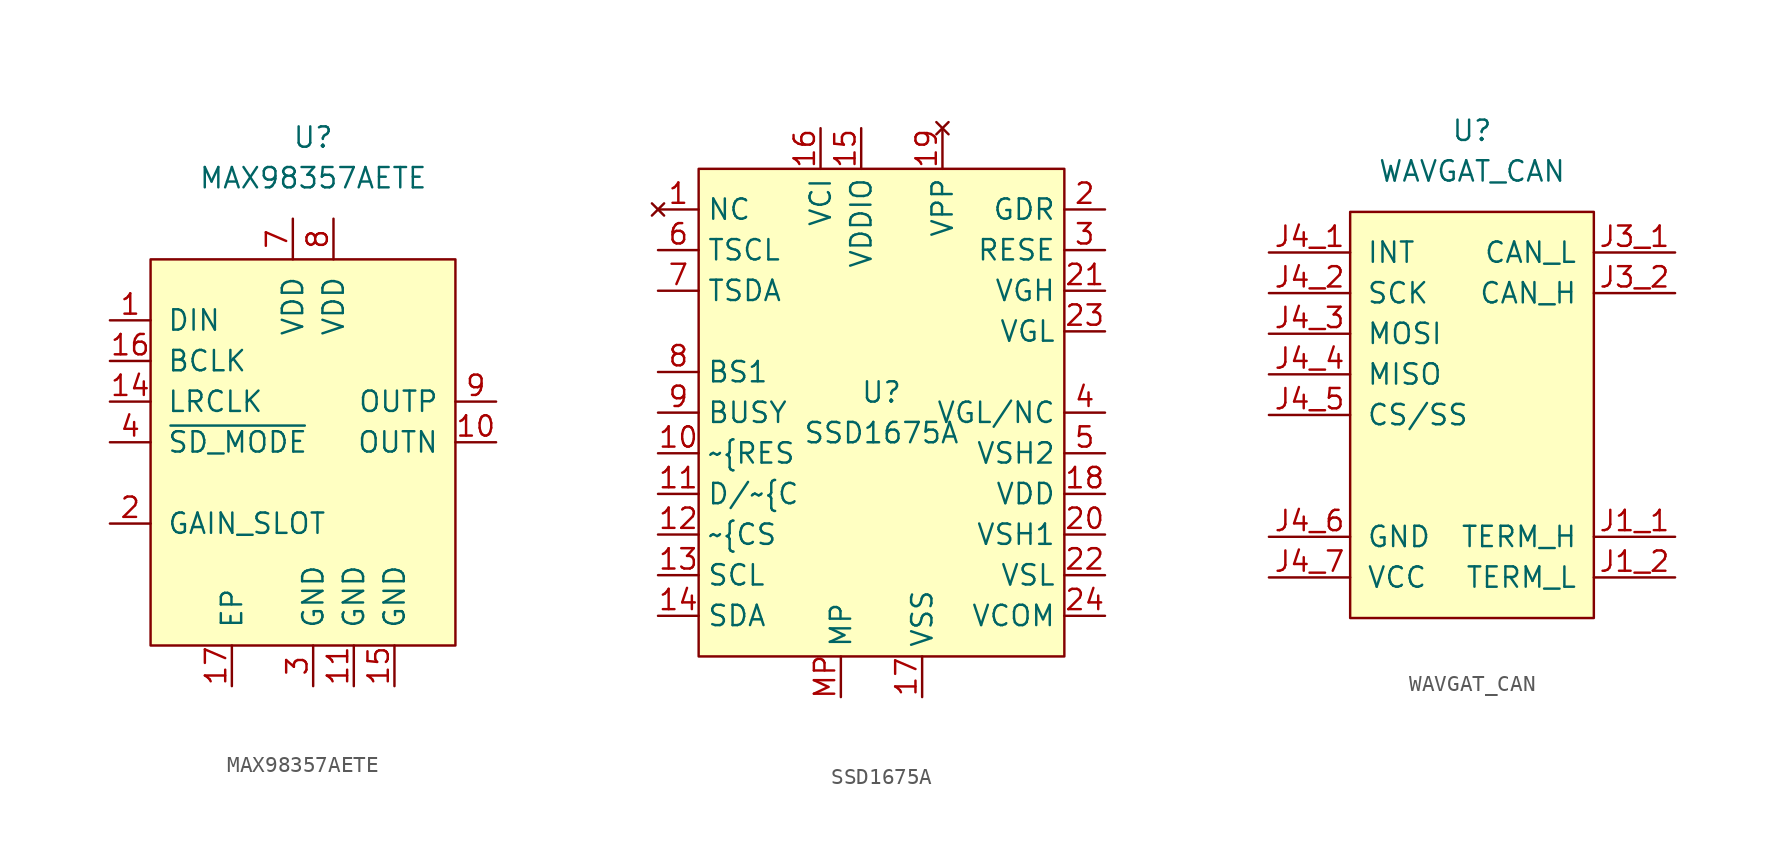
<source format=kicad_sym>
(kicad_symbol_lib
  (version 20211014)
  (generator kicad_symbol_editor)
  (symbol "MAX98357AETE"
    (pin_names
      (offset 1.016))
    (property "Reference" "U"
      (at 0 20.32 0)
      (effects (font (size 1.27 1.27))))
    (property "Value" "MAX98357AETE"
      (at 0 17.78 0)
      (effects (font (size 1.27 1.27))))
    (symbol "MAX98357AETE_0_1"
      (rectangle (start -10.16 12.7) (end 8.89 -11.43) (stroke (width 0) (type default) (color 0 0 0 0)) (fill (type background))))
    (symbol "MAX98357AETE_1_1"
      (pin input line (at -12.7 8.89 0) (length 2.54) (name "DIN" (effects (font (size 1.27 1.27)))) (number "1" (effects (font (size 1.27 1.27)))))
      (pin output line (at 11.43 1.27 180) (length 2.54) (name "OUTN" (effects (font (size 1.27 1.27)))) (number "10" (effects (font (size 1.27 1.27)))))
      (pin power_in line (at 2.54 -13.97 90) (length 2.54) (name "GND" (effects (font (size 1.27 1.27)))) (number "11" (effects (font (size 1.27 1.27)))))
      (pin input line (at -12.7 3.81 0) (length 2.54) (name "LRCLK" (effects (font (size 1.27 1.27)))) (number "14" (effects (font (size 1.27 1.27)))))
      (pin power_in line (at 5.08 -13.97 90) (length 2.54) (name "GND" (effects (font (size 1.27 1.27)))) (number "15" (effects (font (size 1.27 1.27)))))
      (pin input line (at -12.7 6.35 0) (length 2.54) (name "BCLK" (effects (font (size 1.27 1.27)))) (number "16" (effects (font (size 1.27 1.27)))))
      (pin passive line (at -5.08 -13.97 90) (length 2.54) (name "EP" (effects (font (size 1.27 1.27)))) (number "17" (effects (font (size 1.27 1.27)))))
      (pin input line (at -12.7 -3.81 0) (length 2.54) (name "GAIN_SLOT" (effects (font (size 1.27 1.27)))) (number "2" (effects (font (size 1.27 1.27)))))
      (pin power_in line (at 0 -13.97 90) (length 2.54) (name "GND" (effects (font (size 1.27 1.27)))) (number "3" (effects (font (size 1.27 1.27)))))
      (pin input line (at -12.7 1.27 0) (length 2.54) (name "~{SD_MODE}" (effects (font (size 1.27 1.27)))) (number "4" (effects (font (size 1.27 1.27)))))
      (pin power_in line (at -1.27 15.24 270) (length 2.54) (name "VDD" (effects (font (size 1.27 1.27)))) (number "7" (effects (font (size 1.27 1.27)))))
      (pin power_in line (at 1.27 15.24 270) (length 2.54) (name "VDD" (effects (font (size 1.27 1.27)))) (number "8" (effects (font (size 1.27 1.27)))))
      (pin output line (at 11.43 3.81 180) (length 2.54) (name "OUTP" (effects (font (size 1.27 1.27)))) (number "9" (effects (font (size 1.27 1.27)))))))
  (symbol "SSD1675A"
    (property "Reference" "U"
      (at 0 1.27 0)
      (effects (font (size 1.27 1.27))))
    (property "Value" "SSD1675A"
      (at 0 -1.27 0)
      (effects (font (size 1.27 1.27))))
    (symbol "SSD1675A_0_1"
      (rectangle (start -11.43 15.24) (end 11.43 -15.24) (stroke (width 0.152) (type default) (color 0 0 0 0)) (fill (type background))))
    (symbol "SSD1675A_1_1"
      (pin no_connect line (at -13.97 12.7 0) (length 2.54) (name "NC" (effects (font (size 1.27 1.27)))) (number "1" (effects (font (size 1.27 1.27)))))
      (pin input line (at -13.97 -2.54 0) (length 2.54) (name "~{RES" (effects (font (size 1.27 1.27)))) (number "10" (effects (font (size 1.27 1.27)))))
      (pin input line (at -13.97 -5.08 0) (length 2.54) (name "D/~{C" (effects (font (size 1.27 1.27)))) (number "11" (effects (font (size 1.27 1.27)))))
      (pin input line (at -13.97 -7.62 0) (length 2.54) (name "~{CS" (effects (font (size 1.27 1.27)))) (number "12" (effects (font (size 1.27 1.27)))))
      (pin input line (at -13.97 -10.16 0) (length 2.54) (name "SCL" (effects (font (size 1.27 1.27)))) (number "13" (effects (font (size 1.27 1.27)))))
      (pin bidirectional line (at -13.97 -12.7 0) (length 2.54) (name "SDA" (effects (font (size 1.27 1.27)))) (number "14" (effects (font (size 1.27 1.27)))))
      (pin power_in line (at -1.27 17.78 270) (length 2.54) (name "VDDIO" (effects (font (size 1.27 1.27)))) (number "15" (effects (font (size 1.27 1.27)))))
      (pin power_in line (at -3.81 17.78 270) (length 2.54) (name "VCI" (effects (font (size 1.27 1.27)))) (number "16" (effects (font (size 1.27 1.27)))))
      (pin power_in line (at 2.54 -17.78 90) (length 2.54) (name "VSS" (effects (font (size 1.27 1.27)))) (number "17" (effects (font (size 1.27 1.27)))))
      (pin power_out line (at 13.97 -5.08 180) (length 2.54) (name "VDD" (effects (font (size 1.27 1.27)))) (number "18" (effects (font (size 1.27 1.27)))))
      (pin no_connect line (at 3.81 17.78 270) (length 2.54) (name "VPP" (effects (font (size 1.27 1.27)))) (number "19" (effects (font (size 1.27 1.27)))))
      (pin output line (at 13.97 12.7 180) (length 2.54) (name "GDR" (effects (font (size 1.27 1.27)))) (number "2" (effects (font (size 1.27 1.27)))))
      (pin power_out line (at 13.97 -7.62 180) (length 2.54) (name "VSH1" (effects (font (size 1.27 1.27)))) (number "20" (effects (font (size 1.27 1.27)))))
      (pin power_in line (at 13.97 7.62 180) (length 2.54) (name "VGH" (effects (font (size 1.27 1.27)))) (number "21" (effects (font (size 1.27 1.27)))))
      (pin power_out line (at 13.97 -10.16 180) (length 2.54) (name "VSL" (effects (font (size 1.27 1.27)))) (number "22" (effects (font (size 1.27 1.27)))))
      (pin power_in line (at 13.97 5.08 180) (length 2.54) (name "VGL" (effects (font (size 1.27 1.27)))) (number "23" (effects (font (size 1.27 1.27)))))
      (pin power_out line (at 13.97 -12.7 180) (length 2.54) (name "VCOM" (effects (font (size 1.27 1.27)))) (number "24" (effects (font (size 1.27 1.27)))))
      (pin input line (at 13.97 10.16 180) (length 2.54) (name "RESE" (effects (font (size 1.27 1.27)))) (number "3" (effects (font (size 1.27 1.27)))))
      (pin power_out line (at 13.97 0 180) (length 2.54) (name "VGL/NC" (effects (font (size 1.27 1.27)))) (number "4" (effects (font (size 1.27 1.27)))))
      (pin power_out line (at 13.97 -2.54 180) (length 2.54) (name "VSH2" (effects (font (size 1.27 1.27)))) (number "5" (effects (font (size 1.27 1.27)))))
      (pin input line (at -13.97 10.16 0) (length 2.54) (name "TSCL" (effects (font (size 1.27 1.27)))) (number "6" (effects (font (size 1.27 1.27)))))
      (pin bidirectional line (at -13.97 7.62 0) (length 2.54) (name "TSDA" (effects (font (size 1.27 1.27)))) (number "7" (effects (font (size 1.27 1.27)))))
      (pin input line (at -13.97 2.54 0) (length 2.54) (name "BS1" (effects (font (size 1.27 1.27)))) (number "8" (effects (font (size 1.27 1.27)))))
      (pin output line (at -13.97 0 0) (length 2.54) (name "BUSY" (effects (font (size 1.27 1.27)))) (number "9" (effects (font (size 1.27 1.27)))))
      (pin power_in line (at -2.54 -17.78 90) (length 2.54) (name "MP" (effects (font (size 1.27 1.27)))) (number "MP" (effects (font (size 1.27 1.27)))))))
  (symbol "WAVGAT_CAN"
    (pin_names
      (offset 1.016))
    (property "Reference" "U"
      (at 0 0 0)
      (effects (font (size 1.27 1.27))))
    (property "Value" "WAVGAT_CAN"
      (at 0 -2.54 0)
      (effects (font (size 1.27 1.27))))
    (symbol "WAVGAT_CAN_0_1"
      (rectangle (start -7.62 -5.08) (end 7.62 -30.48) (stroke (width 0) (type default) (color 0 0 0 0)) (fill (type background))))
    (symbol "WAVGAT_CAN_1_1"
      (pin bidirectional line (at 12.7 -25.4 180) (length 5.08) (name "TERM_H" (effects (font (size 1.27 1.27)))) (number "J1_1" (effects (font (size 1.27 1.27)))))
      (pin bidirectional line (at 12.7 -27.94 180) (length 5.08) (name "TERM_L" (effects (font (size 1.27 1.27)))) (number "J1_2" (effects (font (size 1.27 1.27)))))
      (pin bidirectional line (at 12.7 -7.62 180) (length 5.08) (name "CAN_L" (effects (font (size 1.27 1.27)))) (number "J3_1" (effects (font (size 1.27 1.27)))))
      (pin bidirectional line (at 12.7 -10.16 180) (length 5.08) (name "CAN_H" (effects (font (size 1.27 1.27)))) (number "J3_2" (effects (font (size 1.27 1.27)))))
      (pin input line (at -12.7 -7.62 0) (length 5.08) (name "INT" (effects (font (size 1.27 1.27)))) (number "J4_1" (effects (font (size 1.27 1.27)))))
      (pin input line (at -12.7 -10.16 0) (length 5.08) (name "SCK" (effects (font (size 1.27 1.27)))) (number "J4_2" (effects (font (size 1.27 1.27)))))
      (pin input line (at -12.7 -12.7 0) (length 5.08) (name "MOSI" (effects (font (size 1.27 1.27)))) (number "J4_3" (effects (font (size 1.27 1.27)))))
      (pin output line (at -12.7 -15.24 0) (length 5.08) (name "MISO" (effects (font (size 1.27 1.27)))) (number "J4_4" (effects (font (size 1.27 1.27)))))
      (pin input line (at -12.7 -17.78 0) (length 5.08) (name "CS/SS" (effects (font (size 1.27 1.27)))) (number "J4_5" (effects (font (size 1.27 1.27)))))
      (pin power_in line (at -12.7 -25.4 0) (length 5.08) (name "GND" (effects (font (size 1.27 1.27)))) (number "J4_6" (effects (font (size 1.27 1.27)))))
      (pin power_in line (at -12.7 -27.94 0) (length 5.08) (name "VCC" (effects (font (size 1.27 1.27)))) (number "J4_7" (effects (font (size 1.27 1.27))))))))
</source>
